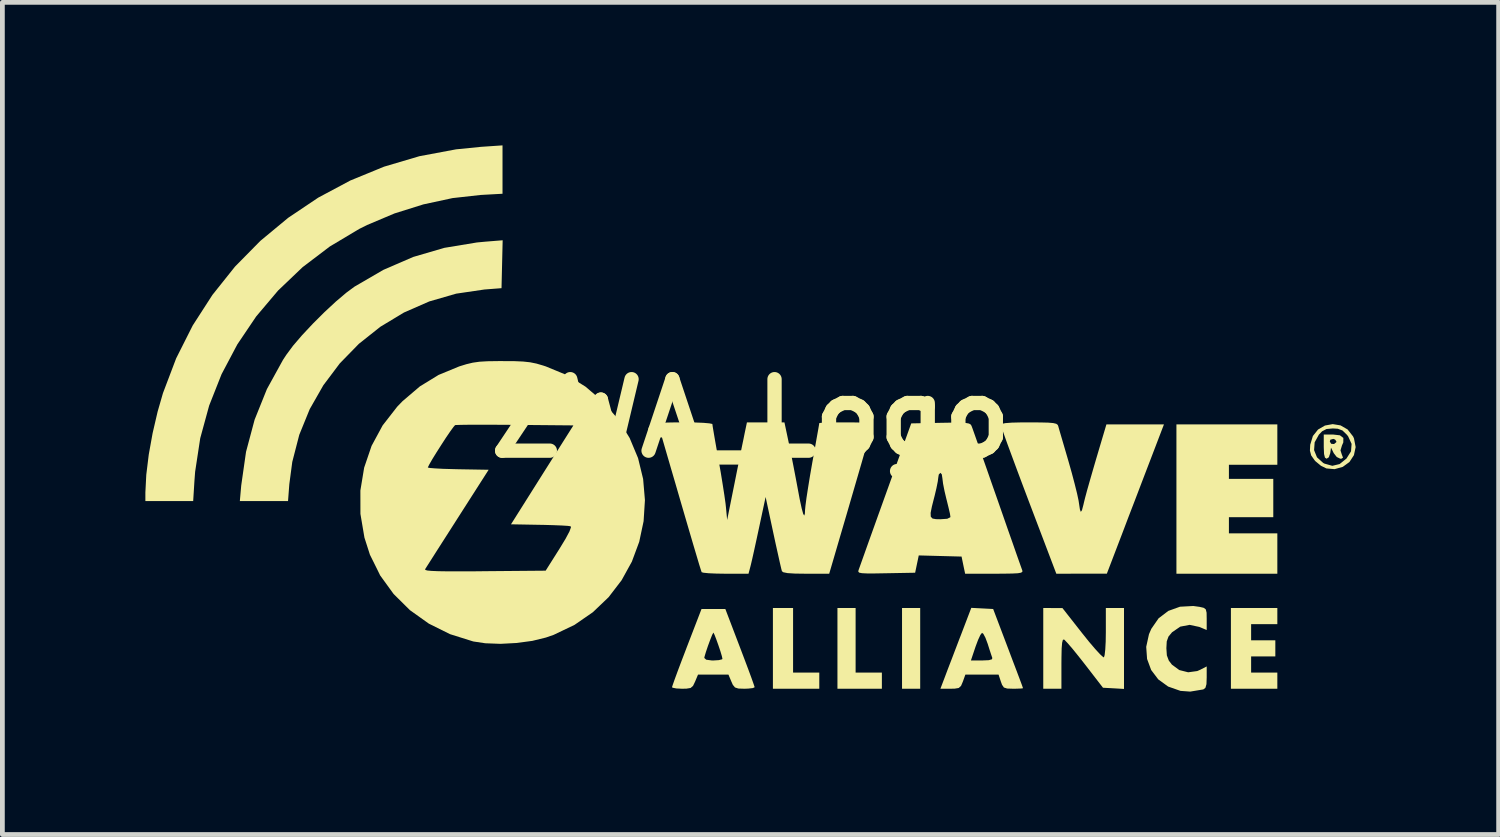
<source format=kicad_pcb>
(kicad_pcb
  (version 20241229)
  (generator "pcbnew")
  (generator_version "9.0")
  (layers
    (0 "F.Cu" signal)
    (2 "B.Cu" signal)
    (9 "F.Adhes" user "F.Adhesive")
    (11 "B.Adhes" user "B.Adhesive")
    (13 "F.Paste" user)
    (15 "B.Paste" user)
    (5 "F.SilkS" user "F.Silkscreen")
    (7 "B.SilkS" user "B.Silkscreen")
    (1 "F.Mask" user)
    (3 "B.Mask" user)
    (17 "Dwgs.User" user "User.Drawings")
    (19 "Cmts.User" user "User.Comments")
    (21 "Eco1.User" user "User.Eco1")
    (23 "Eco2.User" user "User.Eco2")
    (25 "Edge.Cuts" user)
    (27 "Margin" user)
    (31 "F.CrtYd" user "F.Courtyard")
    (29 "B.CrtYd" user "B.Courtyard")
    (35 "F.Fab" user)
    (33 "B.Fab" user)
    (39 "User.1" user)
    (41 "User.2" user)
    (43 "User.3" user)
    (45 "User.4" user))
  (footprint "ZWA_Logo"
    (layer "F.Cu")
    (at 12.7 5.727)
    (property "Reference" "ZWA_Logo" (at 0 0 0) (layer "F.SilkS") (effects (font (size 1.5 1.5) (thickness 0.3))))
    (attr board_only exclude_from_pos_files exclude_from_bom)
    (fp_poly (pts (xy 3.556 4.826) (xy 3.556 5.673) (xy 3.365 5.673) (xy 3.175 5.673) (xy 3.175 4.826) (xy 3.175 3.979) (xy 3.365 3.979) (xy 3.556 3.979)) (stroke (width 0) (type solid)) (fill yes) (layer "F.SilkS"))
    (fp_poly (pts (xy 0.889 4.657) (xy 0.889 5.334) (xy 1.164 5.334) (xy 1.439 5.334) (xy 1.439 5.503) (xy 1.439 5.673) (xy 0.953 5.673) (xy 0.466 5.673) (xy 0.466 4.826) (xy 0.466 3.979) (xy 0.677 3.979) (xy 0.889 3.979)) (stroke (width 0) (type solid)) (fill yes) (layer "F.SilkS"))
    (fp_poly (pts (xy 2.201 4.657) (xy 2.201 5.334) (xy 2.477 5.334) (xy 2.752 5.334) (xy 2.752 5.503) (xy 2.752 5.673) (xy 2.286 5.673) (xy 1.82 5.673) (xy 1.82 4.826) (xy 1.82 3.979) (xy 2.011 3.979) (xy 2.201 3.979)) (stroke (width 0) (type solid)) (fill yes) (layer "F.SilkS"))
    (fp_poly (pts (xy 11.049 0.55) (xy 11.049 0.974) (xy 10.541 0.974) (xy 10.033 0.974) (xy 10.033 1.122) (xy 10.033 1.27) (xy 10.499 1.27) (xy 10.964 1.27) (xy 10.964 1.672) (xy 10.964 2.074) (xy 10.499 2.074) (xy 10.033 2.074) (xy 10.033 2.244) (xy 10.033 2.413) (xy 10.541 2.413) (xy 11.049 2.413) (xy 11.049 2.836) (xy 11.049 3.26) (xy 9.991 3.26) (xy 8.932 3.26) (xy 8.932 1.693) (xy 8.932 0.127) (xy 9.991 0.127) (xy 11.049 0.127)) (stroke (width 0) (type solid)) (fill yes) (layer "F.SilkS"))
    (fp_poly (pts (xy 11.049 4.149) (xy 11.049 4.318) (xy 10.774 4.318) (xy 10.499 4.318) (xy 10.499 4.487) (xy 10.499 4.657) (xy 10.753 4.657) (xy 11.007 4.657) (xy 11.007 4.826) (xy 11.007 4.995) (xy 10.753 4.995) (xy 10.499 4.995) (xy 10.499 5.165) (xy 10.499 5.334) (xy 10.774 5.334) (xy 11.049 5.334) (xy 11.049 5.503) (xy 11.049 5.673) (xy 10.562 5.673) (xy 10.075 5.673) (xy 10.075 4.826) (xy 10.075 3.979) (xy 10.562 3.979) (xy 11.049 3.979)) (stroke (width 0) (type solid)) (fill yes) (layer "F.SilkS"))
    (fp_poly (pts (xy 12.362 0.356) (xy 12.434 0.411) (xy 12.433 0.505) (xy 12.405 0.569) (xy 12.374 0.672) (xy 12.401 0.757) (xy 12.427 0.824) (xy 12.396 0.846) (xy 12.37 0.847) (xy 12.295 0.811) (xy 12.232 0.73) (xy 12.175 0.614) (xy 12.159 0.73) (xy 12.129 0.817) (xy 12.083 0.847) (xy 12.048 0.824) (xy 12.029 0.748) (xy 12.023 0.602) (xy 12.023 0.593) (xy 12.023 0.487) (xy 12.15 0.487) (xy 12.179 0.534) (xy 12.239 0.539) (xy 12.285 0.501) (xy 12.289 0.487) (xy 12.262 0.446) (xy 12.224 0.431) (xy 12.161 0.448) (xy 12.15 0.487) (xy 12.023 0.487) (xy 12.023 0.339) (xy 12.214 0.339)) (stroke (width 0) (type solid)) (fill yes) (layer "F.SilkS"))
    (fp_poly (pts (xy 7.832 4.828) (xy 7.832 5.677) (xy 7.611 5.664) (xy 7.391 5.652) (xy 7.008 5.156) (xy 6.869 4.98) (xy 6.746 4.828) (xy 6.647 4.714) (xy 6.585 4.649) (xy 6.572 4.639) (xy 6.549 4.649) (xy 6.534 4.708) (xy 6.524 4.827) (xy 6.52 5.015) (xy 6.519 5.145) (xy 6.519 5.673) (xy 6.329 5.673) (xy 6.138 5.673) (xy 6.138 4.826) (xy 6.138 3.979) (xy 6.339 3.98) (xy 6.54 3.98) (xy 6.956 4.51) (xy 7.099 4.688) (xy 7.226 4.837) (xy 7.327 4.947) (xy 7.392 5.007) (xy 7.411 5.015) (xy 7.426 4.965) (xy 7.439 4.849) (xy 7.448 4.682) (xy 7.451 4.485) (xy 7.451 3.979) (xy 7.641 3.979) (xy 7.832 3.979)) (stroke (width 0) (type solid)) (fill yes) (layer "F.SilkS"))
    (fp_poly (pts (xy -5.216 -3.233) (xy -5.228 -2.731) (xy -5.588 -2.703) (xy -6.179 -2.616) (xy -6.743 -2.453) (xy -7.275 -2.22) (xy -7.769 -1.922) (xy -8.22 -1.564) (xy -8.621 -1.153) (xy -8.966 -0.694) (xy -9.252 -0.193) (xy -9.471 0.345) (xy -9.618 0.914) (xy -9.68 1.382) (xy -9.707 1.736) (xy -10.212 1.736) (xy -10.718 1.736) (xy -10.689 1.408) (xy -10.588 0.702) (xy -10.408 0.028) (xy -10.15 -0.614) (xy -9.813 -1.226) (xy -9.743 -1.333) (xy -9.602 -1.523) (xy -9.411 -1.746) (xy -9.186 -1.986) (xy -8.945 -2.226) (xy -8.705 -2.449) (xy -8.483 -2.637) (xy -8.311 -2.764) (xy -7.707 -3.115) (xy -7.081 -3.386) (xy -6.428 -3.577) (xy -5.744 -3.69) (xy -5.576 -3.706) (xy -5.204 -3.736)) (stroke (width 0) (type solid)) (fill yes) (layer "F.SilkS"))
    (fp_poly (pts (xy -5.207 -5.219) (xy -5.207 -4.712) (xy -5.662 -4.687) (xy -6.255 -4.621) (xy -6.867 -4.489) (xy -7.473 -4.299) (xy -8.049 -4.056) (xy -8.213 -3.974) (xy -8.831 -3.605) (xy -9.401 -3.172) (xy -9.916 -2.681) (xy -10.375 -2.138) (xy -10.771 -1.551) (xy -11.102 -0.925) (xy -11.362 -0.267) (xy -11.549 0.417) (xy -11.656 1.12) (xy -11.671 1.319) (xy -11.697 1.736) (xy -12.198 1.736) (xy -12.7 1.736) (xy -12.7 1.556) (xy -12.681 1.184) (xy -12.629 0.76) (xy -12.548 0.311) (xy -12.443 -0.141) (xy -12.331 -0.529) (xy -12.054 -1.259) (xy -11.707 -1.948) (xy -11.293 -2.59) (xy -10.819 -3.184) (xy -10.287 -3.724) (xy -9.704 -4.207) (xy -9.074 -4.63) (xy -8.402 -4.989) (xy -7.693 -5.28) (xy -6.95 -5.5) (xy -6.18 -5.644) (xy -5.662 -5.696) (xy -5.207 -5.727)) (stroke (width 0) (type solid)) (fill yes) (layer "F.SilkS"))
    (fp_poly (pts (xy 9.417 3.955) (xy 9.503 3.975) (xy 9.548 4.008) (xy 9.565 4.078) (xy 9.567 4.208) (xy 9.567 4.212) (xy 9.567 4.441) (xy 9.412 4.376) (xy 9.208 4.333) (xy 9.013 4.37) (xy 8.842 4.487) (xy 8.841 4.487) (xy 8.765 4.579) (xy 8.729 4.679) (xy 8.721 4.822) (xy 8.731 4.973) (xy 8.772 5.082) (xy 8.837 5.167) (xy 8.992 5.281) (xy 9.178 5.328) (xy 9.369 5.302) (xy 9.433 5.274) (xy 9.567 5.205) (xy 9.567 5.436) (xy 9.562 5.577) (xy 9.54 5.654) (xy 9.497 5.687) (xy 9.493 5.688) (xy 9.221 5.733) (xy 9.017 5.718) (xy 8.758 5.627) (xy 8.551 5.477) (xy 8.402 5.28) (xy 8.316 5.048) (xy 8.298 4.794) (xy 8.356 4.529) (xy 8.405 4.416) (xy 8.558 4.195) (xy 8.762 4.04) (xy 9.007 3.952) (xy 9.286 3.937)) (stroke (width 0) (type solid)) (fill yes) (layer "F.SilkS"))
    (fp_poly (pts (xy 12.375 0.148) (xy 12.523 0.233) (xy 12.638 0.38) (xy 12.657 0.421) (xy 12.692 0.603) (xy 12.656 0.772) (xy 12.562 0.916) (xy 12.422 1.018) (xy 12.25 1.066) (xy 12.079 1.051) (xy 11.964 0.995) (xy 11.85 0.901) (xy 11.831 0.88) (xy 11.759 0.778) (xy 11.733 0.679) (xy 11.733 0.667) (xy 11.82 0.667) (xy 11.881 0.818) (xy 12.012 0.936) (xy 12.039 0.95) (xy 12.203 0.996) (xy 12.356 0.959) (xy 12.499 0.844) (xy 12.595 0.692) (xy 12.607 0.536) (xy 12.534 0.377) (xy 12.506 0.342) (xy 12.416 0.255) (xy 12.317 0.218) (xy 12.213 0.212) (xy 12.08 0.224) (xy 11.988 0.272) (xy 11.921 0.342) (xy 11.832 0.503) (xy 11.82 0.667) (xy 11.733 0.667) (xy 11.739 0.554) (xy 11.795 0.37) (xy 11.903 0.235) (xy 12.048 0.151) (xy 12.211 0.121)) (stroke (width 0) (type solid)) (fill yes) (layer "F.SilkS"))
    (fp_poly (pts (xy 4.858 3.988) (xy 5.087 4) (xy 5.4 4.826) (xy 5.493 5.073) (xy 5.576 5.291) (xy 5.643 5.469) (xy 5.69 5.595) (xy 5.712 5.658) (xy 5.714 5.662) (xy 5.676 5.668) (xy 5.58 5.672) (xy 5.507 5.673) (xy 5.381 5.669) (xy 5.312 5.647) (xy 5.273 5.59) (xy 5.249 5.524) (xy 5.2 5.376) (xy 4.852 5.376) (xy 4.504 5.376) (xy 4.451 5.524) (xy 4.413 5.613) (xy 4.365 5.657) (xy 4.28 5.671) (xy 4.189 5.673) (xy 3.98 5.673) (xy 4.081 5.408) (xy 4.133 5.269) (xy 4.206 5.08) (xy 4.62 5.08) (xy 4.854 5.08) (xy 4.995 5.074) (xy 5.062 5.055) (xy 5.069 5.027) (xy 5.046 4.96) (xy 5.007 4.841) (xy 4.972 4.73) (xy 4.925 4.604) (xy 4.881 4.521) (xy 4.853 4.5) (xy 4.819 4.544) (xy 4.771 4.647) (xy 4.718 4.788) (xy 4.715 4.797) (xy 4.62 5.08) (xy 4.206 5.08) (xy 4.208 5.075) (xy 4.294 4.849) (xy 4.384 4.613) (xy 4.405 4.56) (xy 4.628 3.976)) (stroke (width 0) (type solid)) (fill yes) (layer "F.SilkS"))
    (fp_poly (pts (xy 6.076 0.086) (xy 6.241 0.09) (xy 6.347 0.099) (xy 6.41 0.114) (xy 6.441 0.137) (xy 6.451 0.159) (xy 6.469 0.223) (xy 6.507 0.353) (xy 6.56 0.534) (xy 6.623 0.749) (xy 6.667 0.9) (xy 6.736 1.144) (xy 6.797 1.375) (xy 6.847 1.576) (xy 6.879 1.726) (xy 6.887 1.78) (xy 6.907 1.912) (xy 6.926 1.962) (xy 6.95 1.928) (xy 6.981 1.811) (xy 6.99 1.771) (xy 7.015 1.67) (xy 7.059 1.506) (xy 7.119 1.295) (xy 7.188 1.056) (xy 7.246 0.857) (xy 7.463 0.127) (xy 8.067 0.127) (xy 8.67 0.127) (xy 8.407 0.815) (xy 8.306 1.078) (xy 8.185 1.394) (xy 8.055 1.735) (xy 7.924 2.075) (xy 7.808 2.381) (xy 7.472 3.259) (xy 6.942 3.259) (xy 6.412 3.26) (xy 5.829 1.725) (xy 5.7 1.383) (xy 5.581 1.065) (xy 5.475 0.779) (xy 5.385 0.535) (xy 5.316 0.342) (xy 5.269 0.208) (xy 5.249 0.142) (xy 5.248 0.138) (xy 5.271 0.115) (xy 5.345 0.1) (xy 5.48 0.09) (xy 5.684 0.085) (xy 5.839 0.085)) (stroke (width 0) (type solid)) (fill yes) (layer "F.SilkS"))
    (fp_poly (pts (xy -0.225 4.805) (xy -0.132 5.05) (xy -0.05 5.268) (xy 0.016 5.447) (xy 0.061 5.574) (xy 0.082 5.637) (xy 0.083 5.641) (xy 0.046 5.659) (xy -0.051 5.67) (xy -0.129 5.673) (xy -0.258 5.669) (xy -0.33 5.646) (xy -0.375 5.591) (xy -0.405 5.524) (xy -0.467 5.376) (xy -0.786 5.376) (xy -1.105 5.376) (xy -1.167 5.524) (xy -1.21 5.613) (xy -1.261 5.657) (xy -1.348 5.671) (xy -1.44 5.673) (xy -1.56 5.667) (xy -1.637 5.652) (xy -1.651 5.64) (xy -1.636 5.593) (xy -1.596 5.479) (xy -1.534 5.31) (xy -1.455 5.1) (xy -1.427 5.027) (xy -0.974 5.027) (xy -0.933 5.064) (xy -0.815 5.08) (xy -0.783 5.08) (xy -0.67 5.073) (xy -0.601 5.056) (xy -0.593 5.046) (xy -0.605 4.989) (xy -0.636 4.885) (xy -0.678 4.76) (xy -0.722 4.637) (xy -0.759 4.541) (xy -0.782 4.496) (xy -0.784 4.496) (xy -0.81 4.546) (xy -0.851 4.65) (xy -0.898 4.778) (xy -0.94 4.903) (xy -0.968 4.997) (xy -0.974 5.027) (xy -1.427 5.027) (xy -1.363 4.86) (xy -1.342 4.804) (xy -1.032 4) (xy -0.782 4) (xy -0.532 4)) (stroke (width 0) (type solid)) (fill yes) (layer "F.SilkS"))
    (fp_poly (pts (xy 4.399 0.091) (xy 4.512 0.097) (xy 4.58 0.109) (xy 4.616 0.13) (xy 4.633 0.158) (xy 4.654 0.214) (xy 4.699 0.341) (xy 4.765 0.528) (xy 4.848 0.767) (xy 4.947 1.048) (xy 5.056 1.361) (xy 5.168 1.68) (xy 5.285 2.015) (xy 5.393 2.325) (xy 5.491 2.603) (xy 5.573 2.838) (xy 5.638 3.022) (xy 5.681 3.143) (xy 5.699 3.193) (xy 5.7 3.219) (xy 5.672 3.238) (xy 5.605 3.25) (xy 5.484 3.256) (xy 5.3 3.259) (xy 5.112 3.26) (xy 4.499 3.26) (xy 4.461 3.08) (xy 4.424 2.9) (xy 3.975 2.888) (xy 3.526 2.876) (xy 3.488 3.057) (xy 3.45 3.239) (xy 2.844 3.25) (xy 2.606 3.254) (xy 2.441 3.254) (xy 2.336 3.249) (xy 2.279 3.238) (xy 2.258 3.219) (xy 2.261 3.19) (xy 2.262 3.187) (xy 2.282 3.131) (xy 2.327 3.005) (xy 2.394 2.817) (xy 2.479 2.578) (xy 2.58 2.297) (xy 2.692 1.984) (xy 3.775 1.984) (xy 3.778 2.063) (xy 3.814 2.102) (xy 3.886 2.115) (xy 3.979 2.117) (xy 4.124 2.107) (xy 4.187 2.076) (xy 4.19 2.064) (xy 4.18 1.999) (xy 4.152 1.878) (xy 4.114 1.723) (xy 4.106 1.693) (xy 4.066 1.524) (xy 4.036 1.371) (xy 4.023 1.267) (xy 4.022 1.259) (xy 4.009 1.175) (xy 3.979 1.143) (xy 3.946 1.179) (xy 3.936 1.238) (xy 3.925 1.324) (xy 3.897 1.464) (xy 3.858 1.629) (xy 3.852 1.651) (xy 3.801 1.852) (xy 3.775 1.984) (xy 2.692 1.984) (xy 2.693 1.982) (xy 2.815 1.642) (xy 2.827 1.609) (xy 3.368 0.106) (xy 3.986 0.094) (xy 4.228 0.09)) (stroke (width 0) (type solid)) (fill yes) (layer "F.SilkS"))
    (fp_poly (pts (xy -4.961 -1.2) (xy -4.776 -1.192) (xy -4.628 -1.176) (xy -4.495 -1.149) (xy -4.352 -1.107) (xy -4.297 -1.089) (xy -3.857 -0.907) (xy -3.466 -0.665) (xy -3.109 -0.36) (xy -2.787 0.011) (xy -2.54 0.412) (xy -2.363 0.835) (xy -2.257 1.272) (xy -2.219 1.716) (xy -2.247 2.158) (xy -2.339 2.591) (xy -2.493 3.006) (xy -2.708 3.396) (xy -2.981 3.752) (xy -3.311 4.067) (xy -3.696 4.333) (xy -4.133 4.542) (xy -4.297 4.599) (xy -4.583 4.669) (xy -4.911 4.713) (xy -5.25 4.731) (xy -5.569 4.719) (xy -5.821 4.681) (xy -6.308 4.528) (xy -6.753 4.307) (xy -7.15 4.024) (xy -7.492 3.685) (xy -7.774 3.296) (xy -7.838 3.165) (xy -6.831 3.165) (xy -6.825 3.181) (xy -6.782 3.193) (xy -6.694 3.201) (xy -6.553 3.207) (xy -6.353 3.21) (xy -6.086 3.21) (xy -5.744 3.209) (xy -5.583 3.207) (xy -4.302 3.196) (xy -4.014 2.74) (xy -3.884 2.526) (xy -3.803 2.374) (xy -3.771 2.286) (xy -3.779 2.264) (xy -3.838 2.256) (xy -3.965 2.248) (xy -4.144 2.241) (xy -4.356 2.235) (xy -4.43 2.234) (xy -5.029 2.223) (xy -4.375 1.185) (xy -3.72 0.148) (xy -4.939 0.137) (xy -5.253 0.135) (xy -5.54 0.134) (xy -5.79 0.134) (xy -5.989 0.135) (xy -6.129 0.138) (xy -6.198 0.141) (xy -6.202 0.142) (xy -6.237 0.182) (xy -6.305 0.276) (xy -6.395 0.408) (xy -6.494 0.561) (xy -6.593 0.716) (xy -6.68 0.857) (xy -6.743 0.967) (xy -6.773 1.027) (xy -6.773 1.032) (xy -6.733 1.041) (xy -6.623 1.05) (xy -6.458 1.059) (xy -6.252 1.065) (xy -6.136 1.068) (xy -5.498 1.079) (xy -6.148 2.095) (xy -6.317 2.36) (xy -6.472 2.602) (xy -6.607 2.813) (xy -6.715 2.983) (xy -6.791 3.102) (xy -6.829 3.162) (xy -6.831 3.165) (xy -7.838 3.165) (xy -7.989 2.861) (xy -8.104 2.502) (xy -8.188 2.005) (xy -8.189 1.514) (xy -8.11 1.035) (xy -7.954 0.577) (xy -7.722 0.148) (xy -7.416 -0.245) (xy -7.305 -0.36) (xy -6.94 -0.671) (xy -6.548 -0.911) (xy -6.117 -1.089) (xy -5.965 -1.136) (xy -5.831 -1.168) (xy -5.691 -1.188) (xy -5.521 -1.198) (xy -5.298 -1.201) (xy -5.207 -1.201)) (stroke (width 0) (type solid)) (fill yes) (layer "F.SilkS"))
    (fp_poly (pts (xy 0.795 0.497) (xy 0.841 0.718) (xy 0.893 0.983) (xy 0.945 1.253) (xy 0.976 1.418) (xy 1.028 1.696) (xy 1.07 1.891) (xy 1.102 2.006) (xy 1.124 2.04) (xy 1.137 1.997) (xy 1.14 1.926) (xy 1.149 1.832) (xy 1.17 1.671) (xy 1.203 1.459) (xy 1.243 1.212) (xy 1.289 0.947) (xy 1.291 0.935) (xy 1.337 0.683) (xy 1.376 0.46) (xy 1.408 0.281) (xy 1.43 0.156) (xy 1.439 0.101) (xy 1.439 0.099) (xy 1.479 0.094) (xy 1.588 0.089) (xy 1.75 0.086) (xy 1.949 0.085) (xy 1.99 0.085) (xy 2.219 0.086) (xy 2.376 0.091) (xy 2.473 0.102) (xy 2.524 0.119) (xy 2.54 0.144) (xy 2.54 0.148) (xy 2.535 0.178) (xy 2.52 0.241) (xy 2.494 0.342) (xy 2.454 0.486) (xy 2.4 0.678) (xy 2.33 0.922) (xy 2.242 1.225) (xy 2.136 1.589) (xy 2.01 2.022) (xy 1.862 2.526) (xy 1.731 2.974) (xy 1.647 3.26) (xy 1.161 3.26) (xy 0.929 3.257) (xy 0.773 3.247) (xy 0.684 3.229) (xy 0.655 3.207) (xy 0.64 3.15) (xy 0.611 3.025) (xy 0.571 2.845) (xy 0.522 2.625) (xy 0.474 2.402) (xy 0.313 1.65) (xy 0.175 2.296) (xy 0.124 2.533) (xy 0.076 2.753) (xy 0.035 2.937) (xy 0.005 3.065) (xy -0.004 3.101) (xy -0.046 3.26) (xy -0.528 3.26) (xy -0.721 3.257) (xy -0.881 3.25) (xy -0.99 3.239) (xy -1.029 3.228) (xy -1.045 3.181) (xy -1.082 3.063) (xy -1.136 2.881) (xy -1.206 2.646) (xy -1.288 2.367) (xy -1.38 2.053) (xy -1.479 1.714) (xy -1.578 1.373) (xy -1.671 1.055) (xy -1.754 0.77) (xy -1.824 0.529) (xy -1.879 0.34) (xy -1.916 0.213) (xy -1.931 0.159) (xy -1.934 0.129) (xy -1.912 0.108) (xy -1.854 0.095) (xy -1.747 0.088) (xy -1.578 0.085) (xy -1.379 0.085) (xy -1.169 0.087) (xy -0.994 0.094) (xy -0.868 0.105) (xy -0.808 0.117) (xy -0.804 0.121) (xy -0.797 0.173) (xy -0.777 0.294) (xy -0.747 0.469) (xy -0.709 0.684) (xy -0.675 0.873) (xy -0.629 1.132) (xy -0.588 1.385) (xy -0.553 1.61) (xy -0.528 1.786) (xy -0.52 1.86) (xy -0.494 2.132) (xy -0.337 1.352) (xy -0.284 1.086) (xy -0.232 0.831) (xy -0.187 0.605) (xy -0.15 0.428) (xy -0.13 0.328) (xy -0.079 0.085) (xy 0.315 0.085) (xy 0.708 0.085)) (stroke (width 0) (type solid)) (fill yes) (layer "F.SilkS")))
  (gr_rect
    (start -3 -3)
    (end 28.392 14.459)
    (stroke (width 0.1) (type default))
    (fill no)
    (layer "Edge.Cuts")))
</source>
